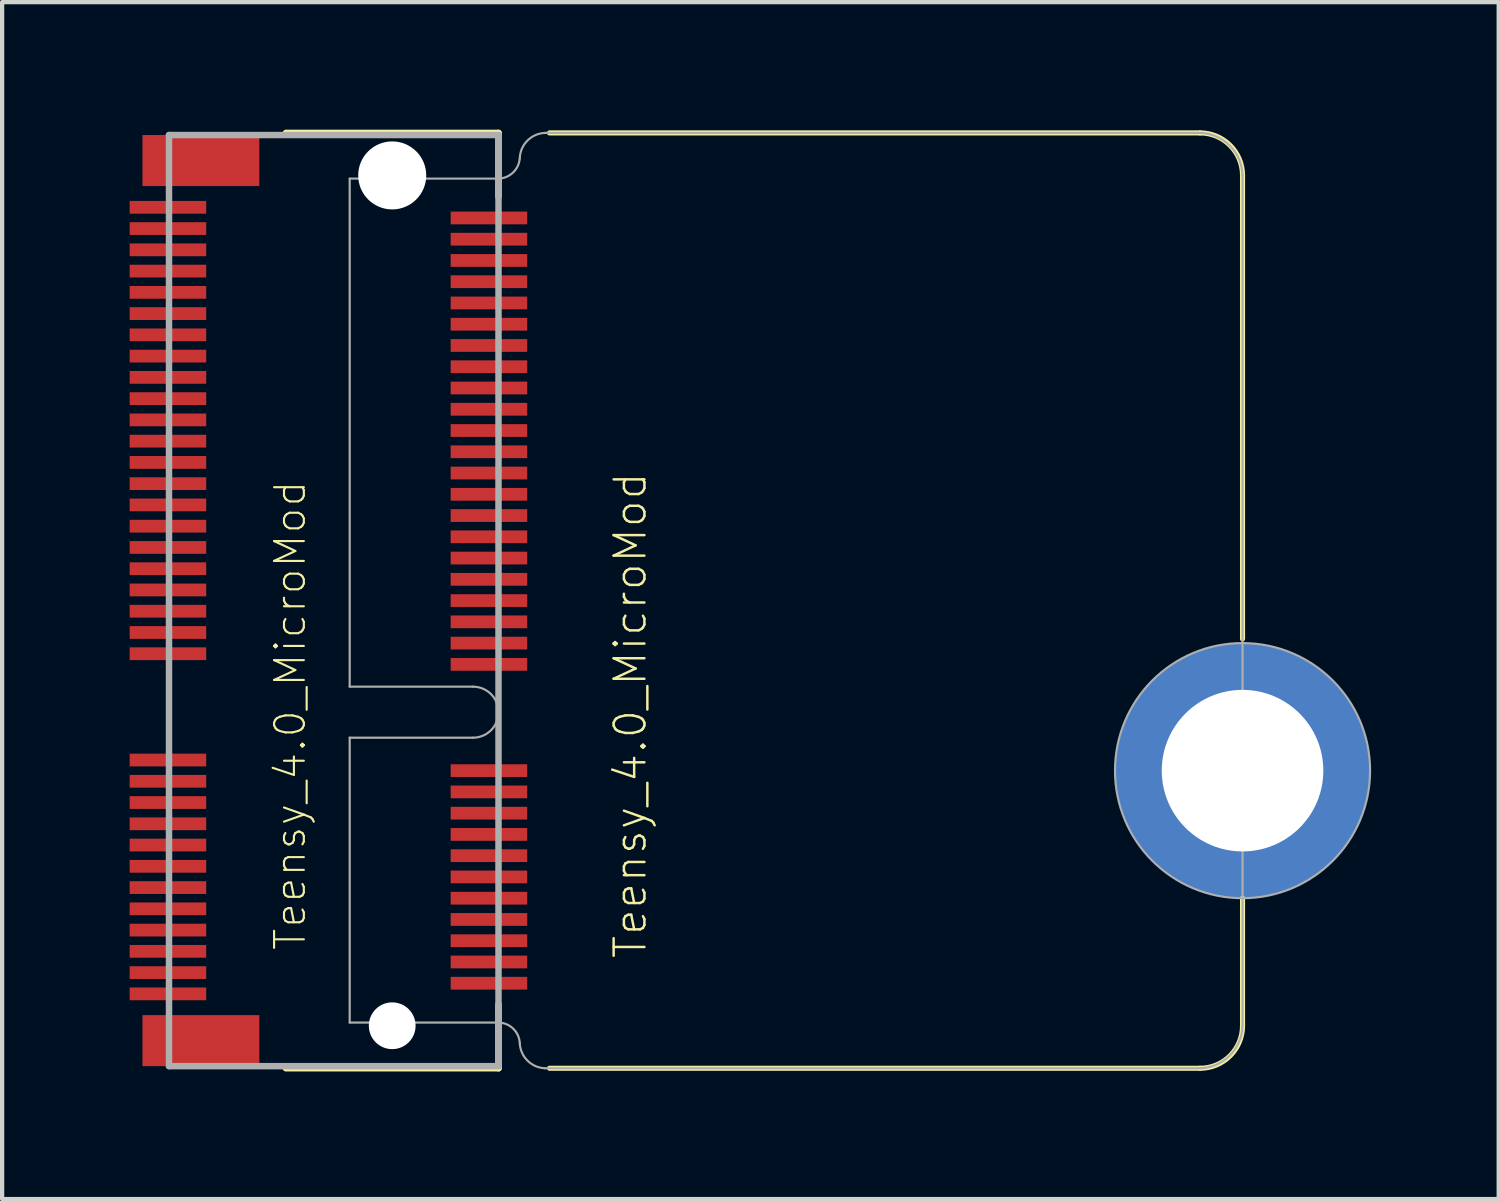
<source format=kicad_pcb>
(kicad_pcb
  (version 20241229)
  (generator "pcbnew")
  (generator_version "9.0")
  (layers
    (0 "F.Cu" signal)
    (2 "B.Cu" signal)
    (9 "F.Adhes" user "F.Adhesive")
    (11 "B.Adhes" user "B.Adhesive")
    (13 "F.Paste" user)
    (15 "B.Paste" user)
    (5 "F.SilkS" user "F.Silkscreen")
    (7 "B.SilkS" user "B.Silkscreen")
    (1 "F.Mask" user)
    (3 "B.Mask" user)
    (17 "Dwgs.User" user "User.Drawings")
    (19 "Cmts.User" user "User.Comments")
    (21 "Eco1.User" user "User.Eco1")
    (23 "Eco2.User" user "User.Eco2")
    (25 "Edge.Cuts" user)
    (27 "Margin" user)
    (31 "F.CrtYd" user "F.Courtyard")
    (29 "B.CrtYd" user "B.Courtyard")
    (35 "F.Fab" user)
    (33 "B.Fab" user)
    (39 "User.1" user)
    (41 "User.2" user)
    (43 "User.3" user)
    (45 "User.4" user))
  (footprint "Teensy_4.0_MicroMod"
    (layer "F.Cu")
    (at 8.675 13.776)
    (property "Reference" "Teensy_4.0_MicroMod" (at 3.1 0 90) (layer "F.SilkS") (effects (font (size 0.724 0.724) (thickness 0.058))))
    (attr through_hole)
    (fp_line (start -5 -13.7) (end 0 -13.7) (stroke (width 0.152) (type solid)) (layer "F.SilkS"))
    (fp_line (start -5 8.3) (end 0 8.3) (stroke (width 0.152) (type solid)) (layer "F.SilkS"))
    (fp_line (start 0 -12.2) (end 0 -13.7) (stroke (width 0.152) (type solid)) (layer "F.SilkS"))
    (fp_line (start 0 8.3) (end 0 6.8) (stroke (width 0.152) (type solid)) (layer "F.SilkS"))
    (fp_line (start 1.2 -13.7) (end 16.5 -13.7) (stroke (width 0.12) (type solid)) (layer "F.SilkS"))
    (fp_line (start 1.2 8.3) (end 16.5 8.3) (stroke (width 0.12) (type solid)) (layer "F.SilkS"))
    (fp_line (start 17.5 -12.7) (end 17.5 -1.8) (stroke (width 0.12) (type solid)) (layer "F.SilkS"))
    (fp_line (start 17.5 4.3) (end 17.5 7.3) (stroke (width 0.12) (type solid)) (layer "F.SilkS"))
    (fp_arc (start 16.5 -13.7) (mid 17.207107 -13.407107) (end 17.5 -12.7) (stroke (width 0.12) (type solid)) (layer "F.SilkS"))
    (fp_arc (start 17.5 7.3) (mid 17.207107 8.007107) (end 16.5 8.3) (stroke (width 0.12) (type solid)) (layer "F.SilkS"))
    (fp_line (start -7.75 -13.65) (end -7.75 8.25) (stroke (width 0.152) (type solid)) (layer "F.Fab"))
    (fp_line (start -7.75 8.25) (end 0 8.25) (stroke (width 0.152) (type solid)) (layer "F.Fab"))
    (fp_line (start -3.5 -12.625) (end 0 -12.625) (stroke (width 0.051) (type solid)) (layer "F.Fab"))
    (fp_line (start -3.5 -0.675) (end -3.5 -12.625) (stroke (width 0.051) (type solid)) (layer "F.Fab"))
    (fp_line (start -3.5 7.225) (end -3.5 0.525) (stroke (width 0.051) (type solid)) (layer "F.Fab"))
    (fp_line (start -0.6 -0.675) (end -3.5 -0.675) (stroke (width 0.051) (type solid)) (layer "F.Fab"))
    (fp_line (start -0.6 0.525) (end -3.5 0.525) (stroke (width 0.051) (type solid)) (layer "F.Fab"))
    (fp_line (start 0 -13.65) (end -7.75 -13.65) (stroke (width 0.152) (type solid)) (layer "F.Fab"))
    (fp_line (start 0 7.225) (end -3.5 7.225) (stroke (width 0.051) (type solid)) (layer "F.Fab"))
    (fp_line (start 0 8.25) (end 0 -13.65) (stroke (width 0.152) (type solid)) (layer "F.Fab"))
    (fp_line (start 16.5 -13.7) (end 1.1 -13.7) (stroke (width 0.051) (type solid)) (layer "F.Fab"))
    (fp_line (start 16.5 8.3) (end 1.1 8.3) (stroke (width 0.05) (type solid)) (layer "F.Fab"))
    (fp_line (start 17.5 7.3) (end 17.5 -12.7) (stroke (width 0.051) (type solid)) (layer "F.Fab"))
    (fp_arc (start -0.6 -0.675) (mid 0 -0.075) (end -0.6 0.525) (stroke (width 0.0508) (type solid)) (layer "F.Fab"))
    (fp_arc (start 0 7.225) (mid 0.342298 7.365344) (end 0.5 7.7) (stroke (width 0.0508) (type solid)) (layer "F.Fab"))
    (fp_arc (start 0.499999 -13.100001) (mid 0.680638 -13.519362) (end 1.1 -13.7) (stroke (width 0.05) (type solid)) (layer "F.Fab"))
    (fp_arc (start 0.5 -13.1) (mid 0.340954 -12.766759) (end 0 -12.625) (stroke (width 0.0508) (type solid)) (layer "F.Fab"))
    (fp_arc (start 1.099999 8.299999) (mid 0.680638 8.119361) (end 0.5 7.7) (stroke (width 0.05) (type solid)) (layer "F.Fab"))
    (fp_arc (start 16.5 -13.7) (mid 17.2 -13.4) (end 17.5 -12.7) (stroke (width 0.05) (type solid)) (layer "F.Fab"))
    (fp_arc (start 17.5 7.3) (mid 17.2 8) (end 16.5 8.3) (stroke (width 0.05) (type solid)) (layer "F.Fab"))
    (fp_circle (center 17.5 1.3) (end 17.5 4.3) (stroke (width 0.05) (type solid)) (fill no) (layer "F.Fab"))
    (fp_text user "Teensy_4.0_MicroMod" (at -4.9 0 90) (layer "F.SilkS") (effects (font (size 0.7 0.7) (thickness 0.05))))
    (pad "" np_thru_hole circle (at -2.5 -12.7 270) (size 1.6 1.6) (drill 1.6) (layers "*.Cu" "*.Mask"))
    (pad "" np_thru_hole circle (at -2.5 7.3 270) (size 1.1 1.1) (drill 1.1) (layers "*.Cu" "*.Mask"))
    (pad "1" smd rect (at -7.775 6.55 90) (size 0.3 1.8) (layers "F.Cu" "F.Mask" "F.Paste"))
    (pad "2" smd rect (at -0.225 6.3 90) (size 0.3 1.8) (layers "F.Cu" "F.Mask" "F.Paste"))
    (pad "3" smd rect (at -7.775 6.05 90) (size 0.3 1.8) (layers "F.Cu" "F.Mask" "F.Paste"))
    (pad "4" smd rect (at -0.225 5.8 90) (size 0.3 1.8) (layers "F.Cu" "F.Mask" "F.Paste"))
    (pad "5" smd rect (at -7.775 5.55 90) (size 0.3 1.8) (layers "F.Cu" "F.Mask" "F.Paste"))
    (pad "6" smd rect (at -0.225 5.3 90) (size 0.3 1.8) (layers "F.Cu" "F.Mask" "F.Paste"))
    (pad "7" smd rect (at -7.775 5.05 90) (size 0.3 1.8) (layers "F.Cu" "F.Mask" "F.Paste"))
    (pad "8" smd rect (at -0.225 4.8 90) (size 0.3 1.8) (layers "F.Cu" "F.Mask" "F.Paste"))
    (pad "9" smd rect (at -7.775 4.55 90) (size 0.3 1.8) (layers "F.Cu" "F.Mask" "F.Paste"))
    (pad "10" smd rect (at -0.225 4.3 90) (size 0.3 1.8) (layers "F.Cu" "F.Mask" "F.Paste"))
    (pad "11" smd rect (at -7.775 4.05 90) (size 0.3 1.8) (layers "F.Cu" "F.Mask" "F.Paste"))
    (pad "12" smd rect (at -0.225 3.8 90) (size 0.3 1.8) (layers "F.Cu" "F.Mask" "F.Paste"))
    (pad "13" smd rect (at -7.775 3.55 90) (size 0.3 1.8) (layers "F.Cu" "F.Mask" "F.Paste"))
    (pad "14" smd rect (at -0.225 3.3 90) (size 0.3 1.8) (layers "F.Cu" "F.Mask" "F.Paste"))
    (pad "15" smd rect (at -7.775 3.05 90) (size 0.3 1.8) (layers "F.Cu" "F.Mask" "F.Paste"))
    (pad "16" smd rect (at -0.225 2.8 90) (size 0.3 1.8) (layers "F.Cu" "F.Mask" "F.Paste"))
    (pad "17" smd rect (at -7.775 2.55 90) (size 0.3 1.8) (layers "F.Cu" "F.Mask" "F.Paste"))
    (pad "18" smd rect (at -0.225 2.3 90) (size 0.3 1.8) (layers "F.Cu" "F.Mask" "F.Paste"))
    (pad "19" smd rect (at -7.775 2.05 90) (size 0.3 1.8) (layers "F.Cu" "F.Mask" "F.Paste"))
    (pad "20" smd rect (at -0.225 1.8 90) (size 0.3 1.8) (layers "F.Cu" "F.Mask" "F.Paste"))
    (pad "21" smd rect (at -7.775 1.55 90) (size 0.3 1.8) (layers "F.Cu" "F.Mask" "F.Paste"))
    (pad "22" smd rect (at -0.225 1.3 90) (size 0.3 1.8) (layers "F.Cu" "F.Mask" "F.Paste"))
    (pad "23" smd rect (at -7.775 1.05 90) (size 0.3 1.8) (layers "F.Cu" "F.Mask" "F.Paste"))
    (pad "32" smd rect (at -0.225 -1.2 90) (size 0.3 1.8) (layers "F.Cu" "F.Mask" "F.Paste"))
    (pad "33" smd rect (at -7.775 -1.45 90) (size 0.3 1.8) (layers "F.Cu" "F.Mask" "F.Paste"))
    (pad "34" smd rect (at -0.225 -1.7 90) (size 0.3 1.8) (layers "F.Cu" "F.Mask" "F.Paste"))
    (pad "35" smd rect (at -7.775 -1.95 90) (size 0.3 1.8) (layers "F.Cu" "F.Mask" "F.Paste"))
    (pad "36" smd rect (at -0.225 -2.2 90) (size 0.3 1.8) (layers "F.Cu" "F.Mask" "F.Paste"))
    (pad "37" smd rect (at -7.775 -2.45 90) (size 0.3 1.8) (layers "F.Cu" "F.Mask" "F.Paste"))
    (pad "38" smd rect (at -0.225 -2.7 90) (size 0.3 1.8) (layers "F.Cu" "F.Mask" "F.Paste"))
    (pad "39" smd rect (at -7.775 -2.95 90) (size 0.3 1.8) (layers "F.Cu" "F.Mask" "F.Paste"))
    (pad "40" smd rect (at -0.225 -3.2 90) (size 0.3 1.8) (layers "F.Cu" "F.Mask" "F.Paste"))
    (pad "41" smd rect (at -7.775 -3.45 90) (size 0.3 1.8) (layers "F.Cu" "F.Mask" "F.Paste"))
    (pad "42" smd rect (at -0.225 -3.7 90) (size 0.3 1.8) (layers "F.Cu" "F.Mask" "F.Paste"))
    (pad "43" smd rect (at -7.775 -3.95 90) (size 0.3 1.8) (layers "F.Cu" "F.Mask" "F.Paste"))
    (pad "44" smd rect (at -0.225 -4.2 90) (size 0.3 1.8) (layers "F.Cu" "F.Mask" "F.Paste"))
    (pad "45" smd rect (at -7.775 -4.45 90) (size 0.3 1.8) (layers "F.Cu" "F.Mask" "F.Paste"))
    (pad "46" smd rect (at -0.225 -4.7 90) (size 0.3 1.8) (layers "F.Cu" "F.Mask" "F.Paste"))
    (pad "47" smd rect (at -7.775 -4.95 90) (size 0.3 1.8) (layers "F.Cu" "F.Mask" "F.Paste"))
    (pad "48" smd rect (at -0.225 -5.2 90) (size 0.3 1.8) (layers "F.Cu" "F.Mask" "F.Paste"))
    (pad "49" smd rect (at -7.775 -5.45 90) (size 0.3 1.8) (layers "F.Cu" "F.Mask" "F.Paste"))
    (pad "50" smd rect (at -0.225 -5.7 90) (size 0.3 1.8) (layers "F.Cu" "F.Mask" "F.Paste"))
    (pad "51" smd rect (at -7.775 -5.95 90) (size 0.3 1.8) (layers "F.Cu" "F.Mask" "F.Paste"))
    (pad "52" smd rect (at -0.225 -6.2 90) (size 0.3 1.8) (layers "F.Cu" "F.Mask" "F.Paste"))
    (pad "53" smd rect (at -7.775 -6.45 90) (size 0.3 1.8) (layers "F.Cu" "F.Mask" "F.Paste"))
    (pad "54" smd rect (at -0.225 -6.7 90) (size 0.3 1.8) (layers "F.Cu" "F.Mask" "F.Paste"))
    (pad "55" smd rect (at -7.775 -6.95 90) (size 0.3 1.8) (layers "F.Cu" "F.Mask" "F.Paste"))
    (pad "56" smd rect (at -0.225 -7.2 90) (size 0.3 1.8) (layers "F.Cu" "F.Mask" "F.Paste"))
    (pad "57" smd rect (at -7.775 -7.45 90) (size 0.3 1.8) (layers "F.Cu" "F.Mask" "F.Paste"))
    (pad "58" smd rect (at -0.225 -7.7 90) (size 0.3 1.8) (layers "F.Cu" "F.Mask" "F.Paste"))
    (pad "59" smd rect (at -7.775 -7.95 90) (size 0.3 1.8) (layers "F.Cu" "F.Mask" "F.Paste"))
    (pad "60" smd rect (at -0.225 -8.2 90) (size 0.3 1.8) (layers "F.Cu" "F.Mask" "F.Paste"))
    (pad "61" smd rect (at -7.775 -8.45 90) (size 0.3 1.8) (layers "F.Cu" "F.Mask" "F.Paste"))
    (pad "62" smd rect (at -0.225 -8.7 90) (size 0.3 1.8) (layers "F.Cu" "F.Mask" "F.Paste"))
    (pad "63" smd rect (at -7.775 -8.95 90) (size 0.3 1.8) (layers "F.Cu" "F.Mask" "F.Paste"))
    (pad "64" smd rect (at -0.225 -9.2 90) (size 0.3 1.8) (layers "F.Cu" "F.Mask" "F.Paste"))
    (pad "65" smd rect (at -7.775 -9.45 90) (size 0.3 1.8) (layers "F.Cu" "F.Mask" "F.Paste"))
    (pad "66" smd rect (at -0.225 -9.7 90) (size 0.3 1.8) (layers "F.Cu" "F.Mask" "F.Paste"))
    (pad "67" smd rect (at -7.775 -9.95 90) (size 0.3 1.8) (layers "F.Cu" "F.Mask" "F.Paste"))
    (pad "68" smd rect (at -0.225 -10.2 90) (size 0.3 1.8) (layers "F.Cu" "F.Mask" "F.Paste"))
    (pad "69" smd rect (at -7.775 -10.45 90) (size 0.3 1.8) (layers "F.Cu" "F.Mask" "F.Paste"))
    (pad "70" smd rect (at -0.225 -10.7 90) (size 0.3 1.8) (layers "F.Cu" "F.Mask" "F.Paste"))
    (pad "71" smd rect (at -7.775 -10.95 90) (size 0.3 1.8) (layers "F.Cu" "F.Mask" "F.Paste"))
    (pad "72" smd rect (at -0.225 -11.2 90) (size 0.3 1.8) (layers "F.Cu" "F.Mask" "F.Paste"))
    (pad "73" smd rect (at -7.775 -11.45 90) (size 0.3 1.8) (layers "F.Cu" "F.Mask" "F.Paste"))
    (pad "74" smd rect (at -0.225 -11.7 90) (size 0.3 1.8) (layers "F.Cu" "F.Mask" "F.Paste"))
    (pad "75" smd rect (at -7.775 -11.95 90) (size 0.3 1.8) (layers "F.Cu" "F.Mask" "F.Paste"))
    (pad "A1" smd rect (at -7 7.65 90) (size 1.2 2.75) (layers "F.Cu" "F.Mask" "F.Paste"))
    (pad "A2" smd rect (at -7 -13.05 90) (size 1.2 2.75) (layers "F.Cu" "F.Mask" "F.Paste"))
    (pad "GND" thru_hole circle (at 17.5 1.3) (size 6 6) (drill 3.8) (layers "*.Cu" "*.Mask")))
  (gr_rect
    (start -3 -3)
    (end 32.2 25.152)
    (stroke (width 0.1) (type default))
    (fill no)
    (layer "Edge.Cuts")))
</source>
